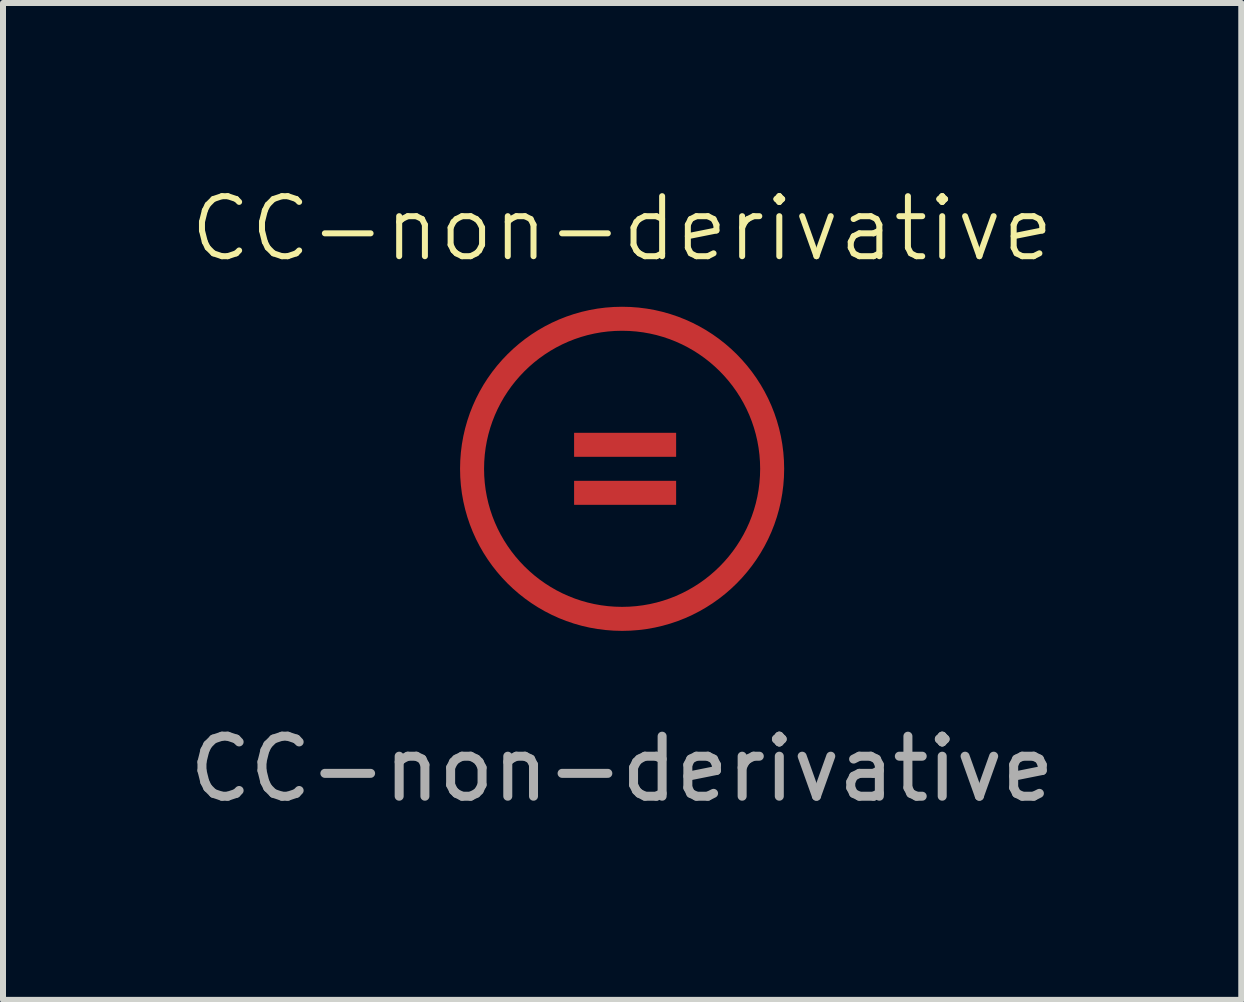
<source format=kicad_pcb>
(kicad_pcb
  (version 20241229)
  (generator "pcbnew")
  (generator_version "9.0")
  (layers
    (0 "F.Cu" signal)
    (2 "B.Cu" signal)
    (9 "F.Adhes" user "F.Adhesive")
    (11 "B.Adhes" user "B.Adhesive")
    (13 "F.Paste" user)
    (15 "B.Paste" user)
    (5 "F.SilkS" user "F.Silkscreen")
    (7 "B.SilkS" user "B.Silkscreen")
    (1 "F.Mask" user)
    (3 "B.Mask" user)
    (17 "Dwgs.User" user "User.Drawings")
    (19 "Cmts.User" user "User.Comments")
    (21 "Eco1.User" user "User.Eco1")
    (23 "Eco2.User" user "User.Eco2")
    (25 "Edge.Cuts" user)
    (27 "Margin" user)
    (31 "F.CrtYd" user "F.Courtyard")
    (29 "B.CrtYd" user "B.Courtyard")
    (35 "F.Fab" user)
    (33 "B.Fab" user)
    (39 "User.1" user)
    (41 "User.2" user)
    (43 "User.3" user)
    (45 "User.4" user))
  (footprint "CC-non-derivative"
    (layer "F.Cu")
    (at 7.315 4.761)
    (property "Reference" "CC-non-derivative" (at 0 -4 0) (unlocked yes) (layer "F.SilkS") (effects (font (size 1 1) (thickness 0.1))))
    (fp_rect (start -0.8 -0.6) (end 0.9 -0.2) (stroke (width 0) (type solid)) (fill yes) (layer "F.Cu"))
    (fp_rect (start -0.8 0.2) (end 0.9 0.6) (stroke (width 0) (type solid)) (fill yes) (layer "F.Cu"))
    (fp_circle (center 0 0) (end 2.5 0) (stroke (width 0.4) (type default)) (fill no) (layer "F.Cu"))
    (fp_text user "${REFERENCE}" (at 0 5 0) (unlocked yes) (layer "F.Fab") (effects (font (size 1 1) (thickness 0.15)))))
  (gr_rect
    (start -3 -3)
    (end 17.631 13.609)
    (stroke (width 0.1) (type default))
    (fill no)
    (layer "Edge.Cuts")))
</source>
